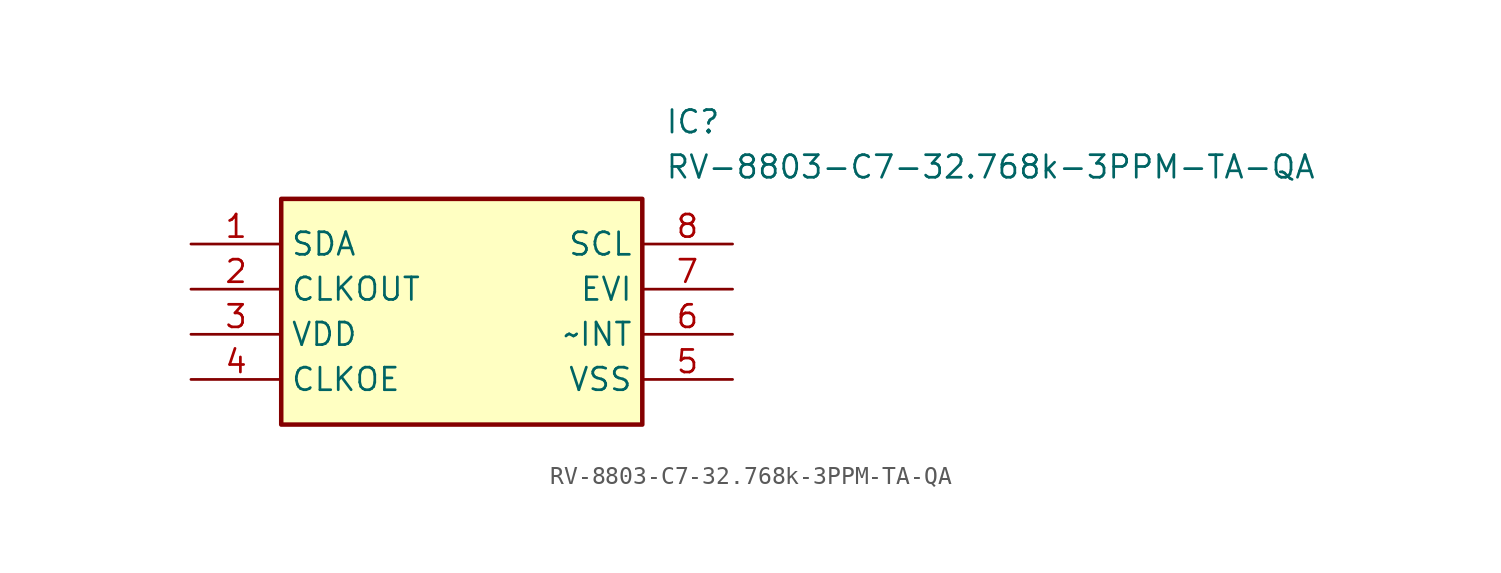
<source format=kicad_sym>
(kicad_symbol_lib
  (version 20211014)
  (generator SamacSys_ECAD_Model)
  (symbol "RV-8803-C7-32.768k-3PPM-TA-QA"
    (property "Reference" "IC"
      (at 26.67 7.62 0)
      (effects (font (size 1.27 1.27)) (justify left top)))
    (property "Value" "RV-8803-C7-32.768k-3PPM-TA-QA"
      (at 26.67 5.08 0)
      (effects (font (size 1.27 1.27)) (justify left top)))
    (rectangle
      (start 5.08 2.54)
      (end 25.4 -10.16)
      (stroke (width 0.254) (type default))
      (fill (type background)))
    (pin passive line
      (at 0 0 0)
      (length 5.08)
      (name "SDA" (effects (font (size 1.27 1.27))))
      (number "1" (effects (font (size 1.27 1.27)))))
    (pin passive line
      (at 0 -2.54 0)
      (length 5.08)
      (name "CLKOUT" (effects (font (size 1.27 1.27))))
      (number "2" (effects (font (size 1.27 1.27)))))
    (pin passive line
      (at 0 -5.08 0)
      (length 5.08)
      (name "VDD" (effects (font (size 1.27 1.27))))
      (number "3" (effects (font (size 1.27 1.27)))))
    (pin passive line
      (at 0 -7.62 0)
      (length 5.08)
      (name "CLKOE" (effects (font (size 1.27 1.27))))
      (number "4" (effects (font (size 1.27 1.27)))))
    (pin passive line
      (at 30.48 -7.62 180)
      (length 5.08)
      (name "VSS" (effects (font (size 1.27 1.27))))
      (number "5" (effects (font (size 1.27 1.27)))))
    (pin passive line
      (at 30.48 -5.08 180)
      (length 5.08)
      (name "~INT" (effects (font (size 1.27 1.27))))
      (number "6" (effects (font (size 1.27 1.27)))))
    (pin passive line
      (at 30.48 -2.54 180)
      (length 5.08)
      (name "EVI" (effects (font (size 1.27 1.27))))
      (number "7" (effects (font (size 1.27 1.27)))))
    (pin passive line
      (at 30.48 0 180)
      (length 5.08)
      (name "SCL" (effects (font (size 1.27 1.27))))
      (number "8" (effects (font (size 1.27 1.27)))))))
</source>
